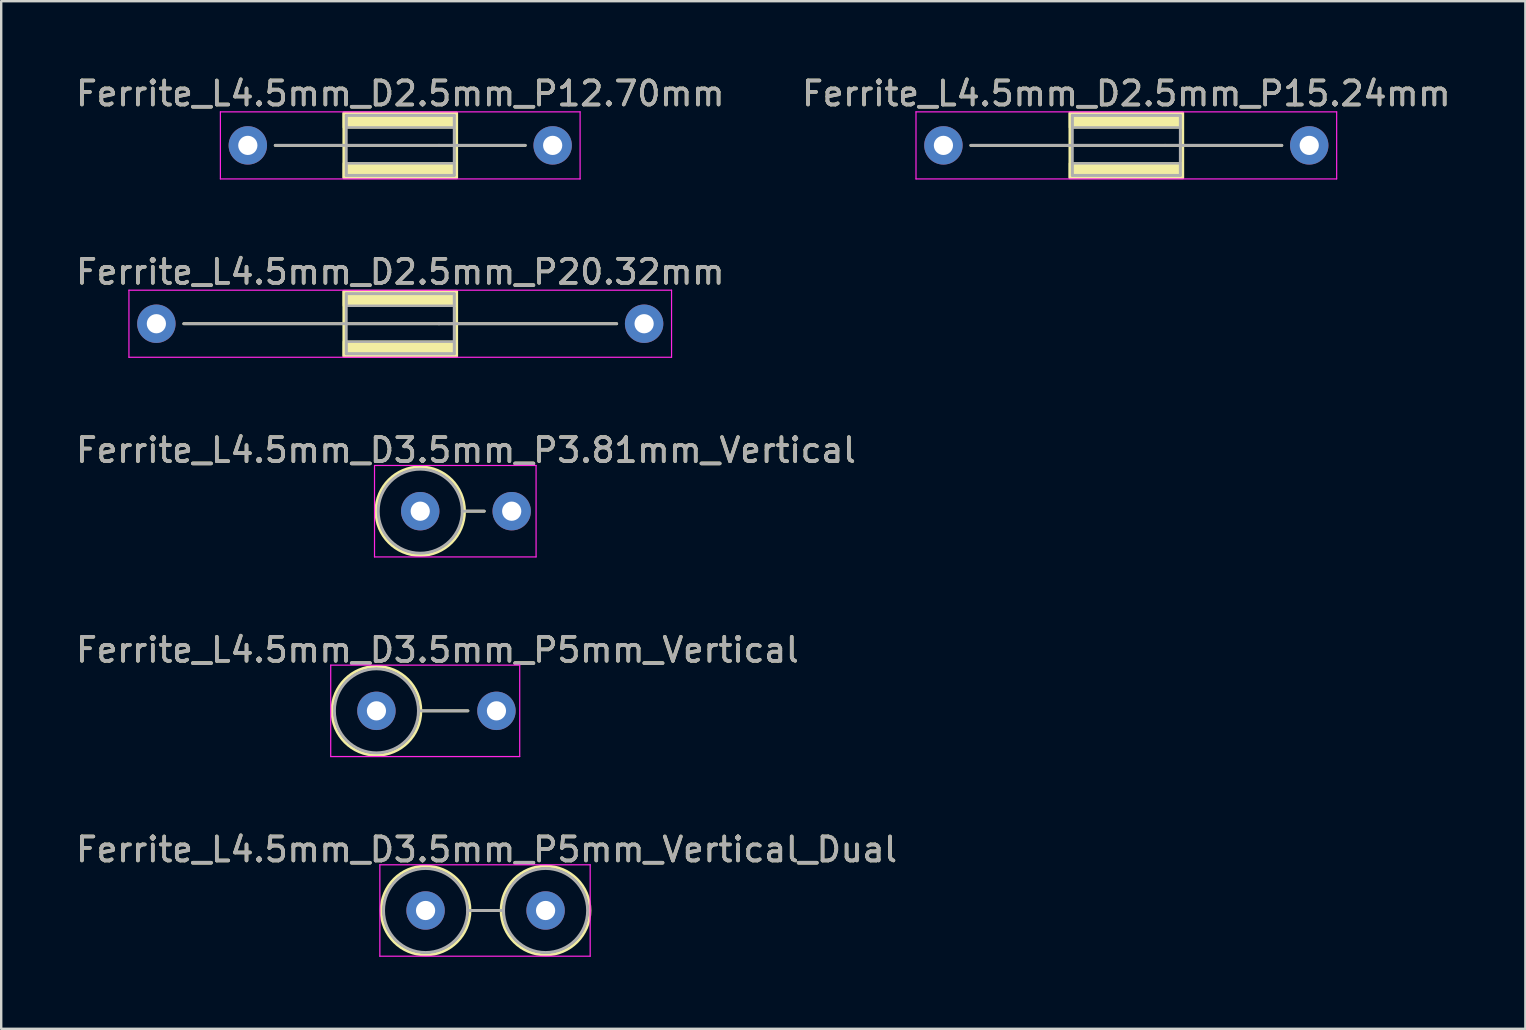
<source format=kicad_pcb>
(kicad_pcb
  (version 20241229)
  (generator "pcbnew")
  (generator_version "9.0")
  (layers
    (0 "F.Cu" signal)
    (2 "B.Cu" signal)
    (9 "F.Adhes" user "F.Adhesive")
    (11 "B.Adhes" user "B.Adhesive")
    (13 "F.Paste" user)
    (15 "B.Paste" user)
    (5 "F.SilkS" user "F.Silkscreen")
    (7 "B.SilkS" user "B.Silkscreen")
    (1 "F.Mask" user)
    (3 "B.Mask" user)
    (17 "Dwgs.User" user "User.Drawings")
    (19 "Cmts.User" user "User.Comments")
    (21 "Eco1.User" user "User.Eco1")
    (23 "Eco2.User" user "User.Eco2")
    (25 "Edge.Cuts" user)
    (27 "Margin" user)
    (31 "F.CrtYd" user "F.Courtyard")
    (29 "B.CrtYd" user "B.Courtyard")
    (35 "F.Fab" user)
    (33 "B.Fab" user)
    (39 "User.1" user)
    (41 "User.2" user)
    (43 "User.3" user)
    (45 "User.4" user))
  (footprint "Ferrite_L4.5mm_D3.5mm_P5mm_Vertical_Dual"
    (layer "F.Cu")
    (at 14.68 34.883)
    (property "Reference" "Ferrite_L4.5mm_D3.5mm_P5mm_Vertical_Dual" (at 2.54 -2.54 0) (layer "F.SilkS") (effects (font (size 1 1) (thickness 0.15))))
    (fp_line (start 1.85 0) (end 3.15 0) (stroke (width 0.12) (type solid)) (layer "F.SilkS"))
    (fp_circle (center 0 0) (end -1.85 0) (stroke (width 0.12) (type solid)) (fill no) (layer "F.SilkS"))
    (fp_circle (center 5 0) (end 3.15 0) (stroke (width 0.12) (type solid)) (fill no) (layer "F.SilkS"))
    (fp_line (start -1.905 -1.905) (end 6.858 -1.905) (stroke (width 0.05) (type solid)) (layer "F.CrtYd"))
    (fp_line (start -1.905 1.905) (end -1.905 -1.905) (stroke (width 0.05) (type solid)) (layer "F.CrtYd"))
    (fp_line (start 6.858 -1.905) (end 6.858 1.905) (stroke (width 0.05) (type solid)) (layer "F.CrtYd"))
    (fp_line (start 6.858 1.905) (end -1.905 1.905) (stroke (width 0.05) (type solid)) (layer "F.CrtYd"))
    (fp_line (start 1.75 0) (end 3.25 0) (stroke (width 0.12) (type solid)) (layer "F.Fab"))
    (fp_circle (center 0 0) (end -1.75 0) (stroke (width 0.12) (type solid)) (fill no) (layer "F.Fab"))
    (fp_circle (center 5 0) (end 3.25 0) (stroke (width 0.12) (type solid)) (fill no) (layer "F.Fab"))
    (fp_text user "${REFERENCE}" (at 2.54 -2.539 0) (layer "F.Fab") (effects (font (size 1 1) (thickness 0.15))))
    (pad "1" thru_hole circle (at 0 0) (size 1.6 1.6) (drill 0.8) (layers "*.Cu" "*.Mask"))
    (pad "2" thru_hole circle (at 5 0) (size 1.6 1.6) (drill 0.8) (layers "*.Cu" "*.Mask")))
  (footprint "Ferrite_L4.5mm_D2.5mm_P12.70mm"
    (layer "F.Cu")
    (at 7.275 3.007)
    (property "Reference" "Ferrite_L4.5mm_D2.5mm_P12.70mm" (at 6.35 -2.159 0) (layer "F.SilkS") (effects (font (size 1 1) (thickness 0.15))))
    (fp_line (start 7.964 0.000002) (end 1.143 0) (stroke (width 0.12) (type solid)) (layer "F.SilkS"))
    (fp_line (start 7.964 0.000002) (end 11.557 0) (stroke (width 0.12) (type solid)) (layer "F.SilkS"))
    (fp_rect (start 4 -1.35) (end 8.7 1.35) (stroke (width 0.12) (type solid)) (fill no) (layer "F.SilkS"))
    (fp_poly (pts (xy 8.7 -0.75) (xy 4 -0.75) (xy 4 -1.35) (xy 8.7 -1.35)) (stroke (width 0.1) (type solid)) (fill yes) (layer "F.SilkS"))
    (fp_poly (pts (xy 8.7 1.35) (xy 4 1.35) (xy 4 0.75) (xy 8.7 0.75)) (stroke (width 0.1) (type solid)) (fill yes) (layer "F.SilkS"))
    (fp_line (start -1.143 -1.397) (end 13.843 -1.397) (stroke (width 0.05) (type solid)) (layer "F.CrtYd"))
    (fp_line (start -1.143 1.397) (end -1.143 -1.397) (stroke (width 0.05) (type solid)) (layer "F.CrtYd"))
    (fp_line (start 13.843 -1.397) (end 13.843 1.397) (stroke (width 0.05) (type solid)) (layer "F.CrtYd"))
    (fp_line (start 13.843 1.397) (end -1.143 1.397) (stroke (width 0.05) (type solid)) (layer "F.CrtYd"))
    (fp_line (start 4.1 -1.25) (end 4.1 0) (stroke (width 0.12) (type solid)) (layer "F.Fab"))
    (fp_line (start 4.1 0) (end 4.1 1.25) (stroke (width 0.12) (type solid)) (layer "F.Fab"))
    (fp_line (start 4.1 1.25) (end 8.6 1.25) (stroke (width 0.12) (type solid)) (layer "F.Fab"))
    (fp_line (start 7.964 0.000002) (end 1.143 0) (stroke (width 0.12) (type solid)) (layer "F.Fab"))
    (fp_line (start 7.964 0.000002) (end 11.557 0) (stroke (width 0.12) (type solid)) (layer "F.Fab"))
    (fp_line (start 8.6 -1.25) (end 4.1 -1.25) (stroke (width 0.12) (type solid)) (layer "F.Fab"))
    (fp_line (start 8.6 1.25) (end 8.6 -1.25) (stroke (width 0.12) (type solid)) (layer "F.Fab"))
    (fp_poly (pts (xy 8.6 -0.75) (xy 4.1 -0.75) (xy 4.1 -1.25) (xy 8.6 -1.25)) (stroke (width 0.1) (type solid)) (fill no) (layer "F.Fab"))
    (fp_poly (pts (xy 8.6 1.25) (xy 4.1 1.25) (xy 4.1 0.75) (xy 8.6 0.75)) (stroke (width 0.1) (type solid)) (fill no) (layer "F.Fab"))
    (fp_text user "${REFERENCE}" (at 6.35 -2.158 0) (layer "F.Fab") (effects (font (size 1 1) (thickness 0.15))))
    (pad "1" thru_hole circle (at 0 0) (size 1.6 1.6) (drill 0.8) (layers "*.Cu" "*.Mask"))
    (pad "2" thru_hole circle (at 12.7 0) (size 1.6 1.6) (drill 0.8) (layers "*.Cu" "*.Mask")))
  (footprint "Ferrite_L4.5mm_D3.5mm_P3.81mm_Vertical"
    (layer "F.Cu")
    (at 14.458 18.247)
    (property "Reference" "Ferrite_L4.5mm_D3.5mm_P3.81mm_Vertical" (at 1.905 -2.54 0) (layer "F.SilkS") (effects (font (size 1 1) (thickness 0.15))))
    (fp_line (start 1.845 0) (end 2.667 0) (stroke (width 0.12) (type solid)) (layer "F.SilkS"))
    (fp_circle (center 0 0) (end -1.845 0) (stroke (width 0.12) (type solid)) (fill no) (layer "F.SilkS"))
    (fp_line (start -1.905 -1.905) (end 4.826 -1.905) (stroke (width 0.05) (type solid)) (layer "F.CrtYd"))
    (fp_line (start -1.905 1.905) (end -1.905 -1.905) (stroke (width 0.05) (type solid)) (layer "F.CrtYd"))
    (fp_line (start 4.826 -1.905) (end 4.826 1.905) (stroke (width 0.05) (type solid)) (layer "F.CrtYd"))
    (fp_line (start 4.826 1.905) (end -1.905 1.905) (stroke (width 0.05) (type solid)) (layer "F.CrtYd"))
    (fp_line (start 1.75 0) (end 2.667 0) (stroke (width 0.12) (type solid)) (layer "F.Fab"))
    (fp_circle (center 0 0) (end -1.75 0) (stroke (width 0.12) (type solid)) (fill no) (layer "F.Fab"))
    (fp_text user "${REFERENCE}" (at 1.905 -2.539 0) (layer "F.Fab") (effects (font (size 1 1) (thickness 0.15))))
    (pad "1" thru_hole circle (at 0 0) (size 1.6 1.6) (drill 0.8) (layers "*.Cu" "*.Mask"))
    (pad "2" thru_hole circle (at 3.81 0) (size 1.6 1.6) (drill 0.8) (layers "*.Cu" "*.Mask")))
  (footprint "Ferrite_L4.5mm_D2.5mm_P15.24mm"
    (layer "F.Cu")
    (at 36.255 3.007)
    (property "Reference" "Ferrite_L4.5mm_D2.5mm_P15.24mm" (at 7.62 -2.159 0) (layer "F.SilkS") (effects (font (size 1 1) (thickness 0.15))))
    (fp_line (start 9.234 0.000002) (end 1.143 0) (stroke (width 0.12) (type solid)) (layer "F.SilkS"))
    (fp_line (start 9.234 0.000002) (end 14.097 0) (stroke (width 0.12) (type solid)) (layer "F.SilkS"))
    (fp_rect (start 5.27 -1.35) (end 9.97 1.35) (stroke (width 0.12) (type solid)) (fill no) (layer "F.SilkS"))
    (fp_poly (pts (xy 9.97 -0.75) (xy 5.27 -0.75) (xy 5.27 -1.35) (xy 9.97 -1.35)) (stroke (width 0.1) (type solid)) (fill yes) (layer "F.SilkS"))
    (fp_poly (pts (xy 9.97 1.35) (xy 5.27 1.35) (xy 5.27 0.75) (xy 9.97 0.75)) (stroke (width 0.1) (type solid)) (fill yes) (layer "F.SilkS"))
    (fp_line (start -1.143 -1.397) (end 16.383 -1.397) (stroke (width 0.05) (type solid)) (layer "F.CrtYd"))
    (fp_line (start -1.143 1.397) (end -1.143 -1.397) (stroke (width 0.05) (type solid)) (layer "F.CrtYd"))
    (fp_line (start 16.383 -1.397) (end 16.383 1.397) (stroke (width 0.05) (type solid)) (layer "F.CrtYd"))
    (fp_line (start 16.383 1.397) (end -1.143 1.397) (stroke (width 0.05) (type solid)) (layer "F.CrtYd"))
    (fp_line (start 5.37 -1.25) (end 5.37 0) (stroke (width 0.12) (type solid)) (layer "F.Fab"))
    (fp_line (start 5.37 0) (end 5.37 1.25) (stroke (width 0.12) (type solid)) (layer "F.Fab"))
    (fp_line (start 5.37 1.25) (end 9.87 1.25) (stroke (width 0.12) (type solid)) (layer "F.Fab"))
    (fp_line (start 9.234 0.000002) (end 1.143 0) (stroke (width 0.12) (type solid)) (layer "F.Fab"))
    (fp_line (start 9.234 0.000002) (end 14.097 0) (stroke (width 0.12) (type solid)) (layer "F.Fab"))
    (fp_line (start 9.87 -1.25) (end 5.37 -1.25) (stroke (width 0.12) (type solid)) (layer "F.Fab"))
    (fp_line (start 9.87 1.25) (end 9.87 -1.25) (stroke (width 0.12) (type solid)) (layer "F.Fab"))
    (fp_poly (pts (xy 9.87 -0.75) (xy 5.37 -0.75) (xy 5.37 -1.25) (xy 9.87 -1.25)) (stroke (width 0.1) (type solid)) (fill no) (layer "F.Fab"))
    (fp_poly (pts (xy 9.87 1.25) (xy 5.37 1.25) (xy 5.37 0.75) (xy 9.87 0.75)) (stroke (width 0.1) (type solid)) (fill no) (layer "F.Fab"))
    (fp_text user "${REFERENCE}" (at 7.62 -2.158 0) (layer "F.Fab") (effects (font (size 1 1) (thickness 0.15))))
    (pad "1" thru_hole circle (at 0 0) (size 1.6 1.6) (drill 0.8) (layers "*.Cu" "*.Mask"))
    (pad "2" thru_hole circle (at 15.24 0) (size 1.6 1.6) (drill 0.8) (layers "*.Cu" "*.Mask")))
  (footprint "Ferrite_L4.5mm_D3.5mm_P5mm_Vertical"
    (layer "F.Cu")
    (at 12.633 26.565)
    (property "Reference" "Ferrite_L4.5mm_D3.5mm_P5mm_Vertical" (at 2.54 -2.54 0) (layer "F.SilkS") (effects (font (size 1 1) (thickness 0.15))))
    (fp_line (start 1.85 0) (end 3.81 0) (stroke (width 0.12) (type solid)) (layer "F.SilkS"))
    (fp_circle (center 0 0) (end -1.85 0) (stroke (width 0.12) (type solid)) (fill no) (layer "F.SilkS"))
    (fp_line (start -1.905 -1.905) (end 5.969 -1.905) (stroke (width 0.05) (type solid)) (layer "F.CrtYd"))
    (fp_line (start -1.905 1.905) (end -1.905 -1.905) (stroke (width 0.05) (type solid)) (layer "F.CrtYd"))
    (fp_line (start 5.969 -1.905) (end 5.969 1.905) (stroke (width 0.05) (type solid)) (layer "F.CrtYd"))
    (fp_line (start 5.969 1.905) (end -1.905 1.905) (stroke (width 0.05) (type solid)) (layer "F.CrtYd"))
    (fp_line (start 1.75 0) (end 3.81 0) (stroke (width 0.12) (type solid)) (layer "F.Fab"))
    (fp_circle (center 0 0) (end -1.75 0) (stroke (width 0.12) (type solid)) (fill no) (layer "F.Fab"))
    (fp_text user "${REFERENCE}" (at 2.54 -2.539 0) (layer "F.Fab") (effects (font (size 1 1) (thickness 0.15))))
    (pad "1" thru_hole circle (at 0 0) (size 1.6 1.6) (drill 0.8) (layers "*.Cu" "*.Mask"))
    (pad "2" thru_hole circle (at 5 0) (size 1.6 1.6) (drill 0.8) (layers "*.Cu" "*.Mask")))
  (footprint "Ferrite_L4.5mm_D2.5mm_P20.32mm"
    (layer "F.Cu")
    (at 3.465 10.437)
    (property "Reference" "Ferrite_L4.5mm_D2.5mm_P20.32mm" (at 10.16 -2.159 0) (layer "F.SilkS") (effects (font (size 1 1) (thickness 0.15))))
    (fp_line (start 11.774 0.000002) (end 1.143 0) (stroke (width 0.12) (type solid)) (layer "F.SilkS"))
    (fp_line (start 11.774 0.000002) (end 19.177 0) (stroke (width 0.12) (type solid)) (layer "F.SilkS"))
    (fp_rect (start 7.81 -1.35) (end 12.51 1.35) (stroke (width 0.12) (type solid)) (fill no) (layer "F.SilkS"))
    (fp_poly (pts (xy 12.51 -0.75) (xy 7.81 -0.75) (xy 7.81 -1.35) (xy 12.51 -1.35)) (stroke (width 0.1) (type solid)) (fill yes) (layer "F.SilkS"))
    (fp_poly (pts (xy 12.51 1.35) (xy 7.81 1.35) (xy 7.81 0.75) (xy 12.51 0.75)) (stroke (width 0.1) (type solid)) (fill yes) (layer "F.SilkS"))
    (fp_line (start -1.143 -1.397) (end 21.463 -1.397) (stroke (width 0.05) (type solid)) (layer "F.CrtYd"))
    (fp_line (start -1.143 1.397) (end -1.143 -1.397) (stroke (width 0.05) (type solid)) (layer "F.CrtYd"))
    (fp_line (start 21.463 -1.397) (end 21.463 1.397) (stroke (width 0.05) (type solid)) (layer "F.CrtYd"))
    (fp_line (start 21.463 1.397) (end -1.143 1.397) (stroke (width 0.05) (type solid)) (layer "F.CrtYd"))
    (fp_line (start 7.91 -1.25) (end 7.91 0) (stroke (width 0.12) (type solid)) (layer "F.Fab"))
    (fp_line (start 7.91 0) (end 7.91 1.25) (stroke (width 0.12) (type solid)) (layer "F.Fab"))
    (fp_line (start 7.91 1.25) (end 12.41 1.25) (stroke (width 0.12) (type solid)) (layer "F.Fab"))
    (fp_line (start 11.774 0.000002) (end 1.143 0) (stroke (width 0.12) (type solid)) (layer "F.Fab"))
    (fp_line (start 11.774 0.000002) (end 19.177 0) (stroke (width 0.12) (type solid)) (layer "F.Fab"))
    (fp_line (start 12.41 -1.25) (end 7.91 -1.25) (stroke (width 0.12) (type solid)) (layer "F.Fab"))
    (fp_line (start 12.41 1.25) (end 12.41 -1.25) (stroke (width 0.12) (type solid)) (layer "F.Fab"))
    (fp_poly (pts (xy 12.41 -0.75) (xy 7.91 -0.75) (xy 7.91 -1.25) (xy 12.41 -1.25)) (stroke (width 0.1) (type solid)) (fill no) (layer "F.Fab"))
    (fp_poly (pts (xy 12.41 1.25) (xy 7.91 1.25) (xy 7.91 0.75) (xy 12.41 0.75)) (stroke (width 0.1) (type solid)) (fill no) (layer "F.Fab"))
    (fp_text user "${REFERENCE}" (at 10.16 -2.158 0) (layer "F.Fab") (effects (font (size 1 1) (thickness 0.15))))
    (pad "1" thru_hole circle (at 0 0) (size 1.6 1.6) (drill 0.8) (layers "*.Cu" "*.Mask"))
    (pad "2" thru_hole circle (at 20.32 0) (size 1.6 1.6) (drill 0.8) (layers "*.Cu" "*.Mask")))
  (gr_rect
    (start -3 -3)
    (end 60.5 39.813)
    (stroke (width 0.1) (type default))
    (fill no)
    (layer "Edge.Cuts")))
</source>
